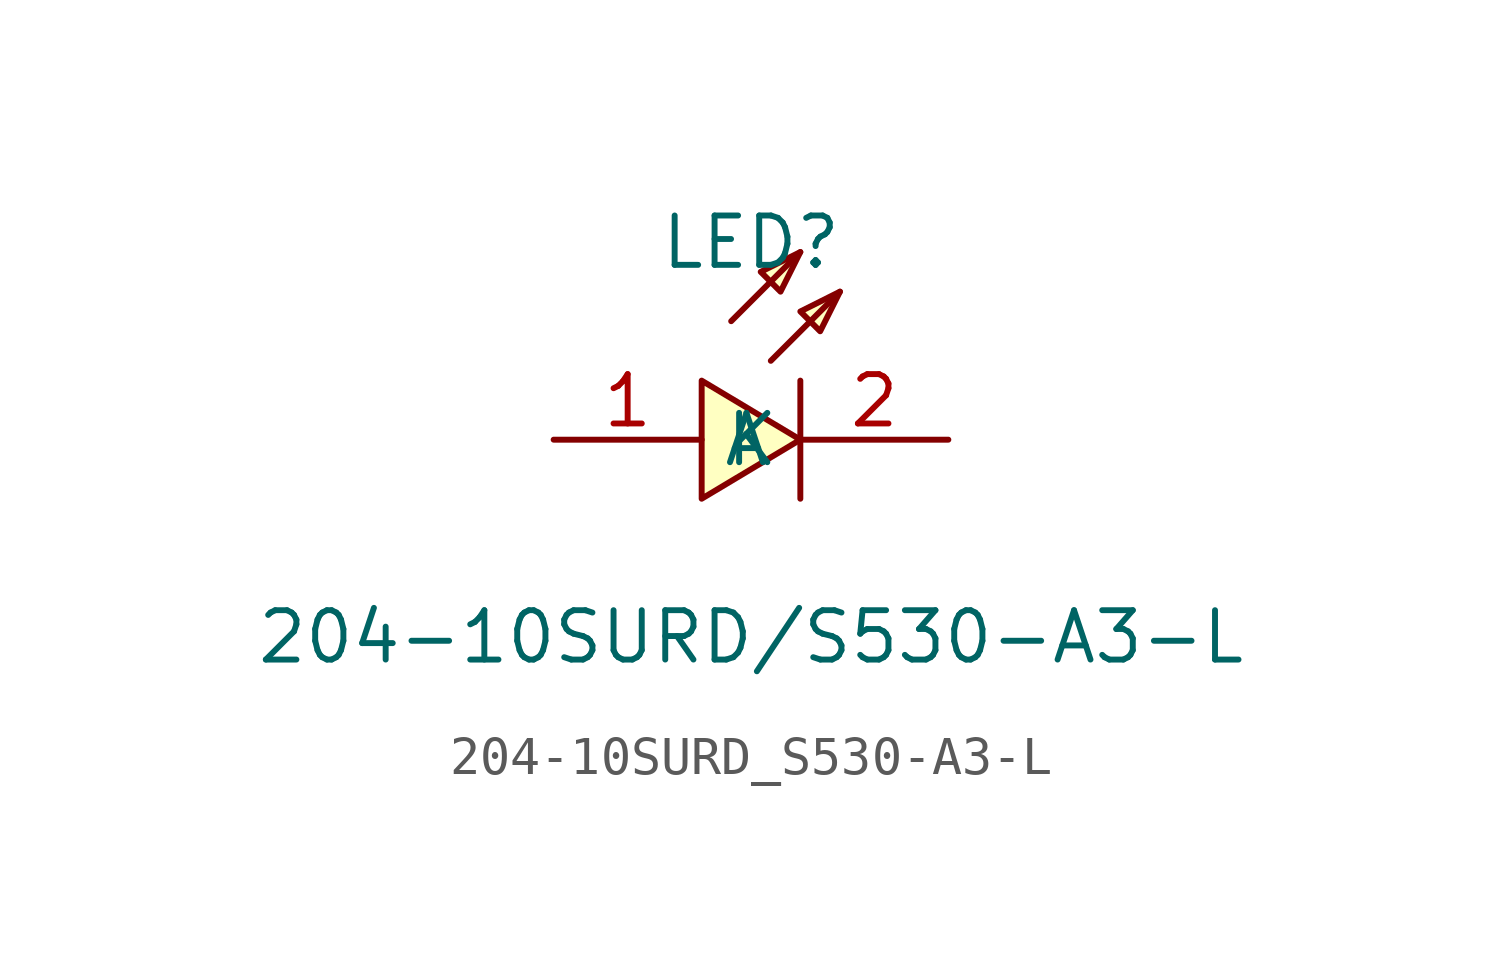
<source format=kicad_sym>
(kicad_symbol_lib
  (version 20211014)
  (generator https://github.com/uPesy/easyeda2kicad.py)
  (symbol "204-10SURD_S530-A3-L"
    (property "Reference" "LED"
      (at 0 5.08 0)
      (effects (font (size 1.27 1.27))))
    (property "Value" "204-10SURD/S530-A3-L"
      (at 0 -5.08 0)
      (effects (font (size 1.27 1.27))))
    (symbol "204-10SURD_S530-A3-L_0_1"
      (polyline (pts (xy 0.51 2.03) (xy 2.29 3.81)) (stroke (width 0) (type default) (color 0 0 0 0)) (fill (type none)))
      (polyline (pts (xy -0.51 3.05) (xy 1.27 4.83)) (stroke (width 0) (type default) (color 0 0 0 0)) (fill (type none)))
      (polyline (pts (xy 1.27 1.52) (xy 1.27 -1.52)) (stroke (width 0) (type default) (color 0 0 0 0)) (fill (type none)))
      (polyline (pts (xy -1.27 -1.52) (xy 1.27 -0.00) (xy -1.27 1.52) (xy -1.27 -1.52)) (stroke (width 0) (type default) (color 0 0 0 0)) (fill (type background)))
      (polyline (pts (xy 2.29 3.81) (xy 1.27 3.30) (xy 1.78 2.79) (xy 2.29 3.81)) (stroke (width 0) (type default) (color 0 0 0 0)) (fill (type background)))
      (polyline (pts (xy 1.27 4.83) (xy 0.25 4.32) (xy 0.76 3.81) (xy 1.27 4.83)) (stroke (width 0) (type default) (color 0 0 0 0)) (fill (type background)))
      (pin input line (at -5.08 -0.00 0) (length 3.81) (name "A" (effects (font (size 1.27 1.27)))) (number "1" (effects (font (size 1.27 1.27)))))
      (pin input line (at 5.08 -0.00 180) (length 3.81) (name "K" (effects (font (size 1.27 1.27)))) (number "2" (effects (font (size 1.27 1.27))))))))
</source>
